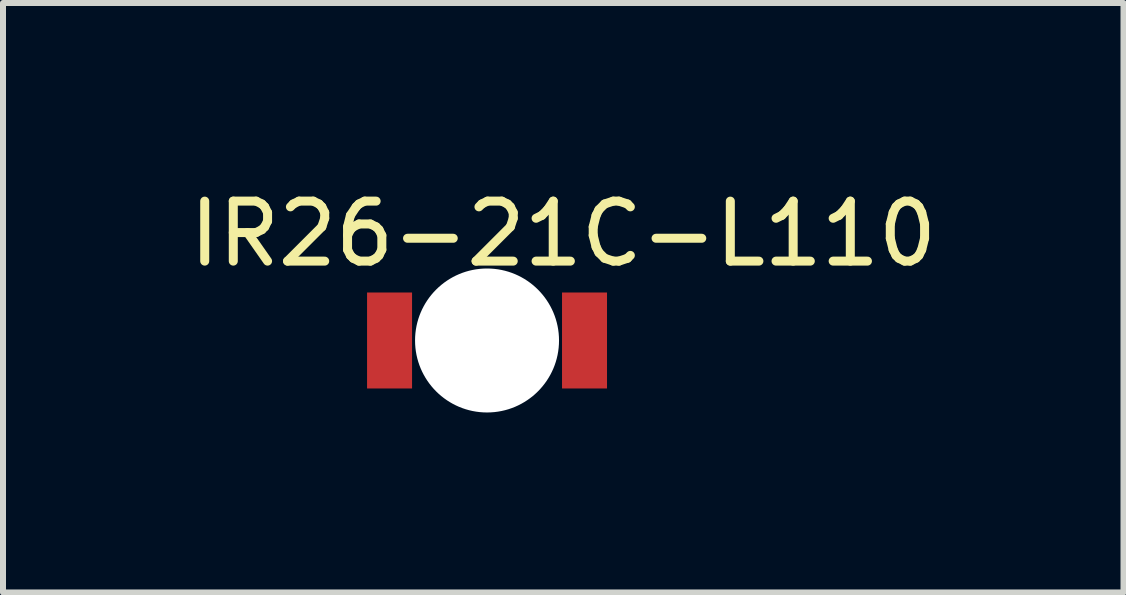
<source format=kicad_pcb>
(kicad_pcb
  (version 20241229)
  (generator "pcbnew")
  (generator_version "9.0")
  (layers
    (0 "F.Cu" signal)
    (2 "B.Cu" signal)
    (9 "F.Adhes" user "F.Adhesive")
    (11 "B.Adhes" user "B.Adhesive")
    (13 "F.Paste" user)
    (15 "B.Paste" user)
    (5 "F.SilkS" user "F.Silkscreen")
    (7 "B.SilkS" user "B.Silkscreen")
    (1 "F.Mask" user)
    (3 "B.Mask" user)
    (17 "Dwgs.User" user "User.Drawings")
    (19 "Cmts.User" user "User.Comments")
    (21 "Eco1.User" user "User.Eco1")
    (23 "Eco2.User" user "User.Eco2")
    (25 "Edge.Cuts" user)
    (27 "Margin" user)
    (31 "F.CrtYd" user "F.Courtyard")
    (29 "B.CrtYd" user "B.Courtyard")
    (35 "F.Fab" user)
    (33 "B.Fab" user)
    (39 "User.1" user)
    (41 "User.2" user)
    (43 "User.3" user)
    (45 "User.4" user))
  (footprint "IR26-21C-L110"
    (layer "F.Cu")
    (at 5.069 2.626)
    (property "Reference" "IR26-21C-L110" (at 1.27 -1.778 180) (layer "F.SilkS") (effects (font (size 1 1) (thickness 0.15))))
    (attr through_hole)
    (pad "" np_thru_hole circle (at 0 0) (size 2.4 2.4) (drill 2.4) (layers "*.Cu" "*.Mask"))
    (pad "1" smd rect (at -1.625 0) (size 0.75 1.6) (layers "F.Cu" "F.Mask" "F.Paste"))
    (pad "2" smd rect (at 1.625 0) (size 0.75 1.6) (layers "F.Cu" "F.Mask" "F.Paste")))
  (gr_rect
    (start -3 -3)
    (end 15.679 6.826)
    (stroke (width 0.1) (type default))
    (fill no)
    (layer "Edge.Cuts")))
</source>
